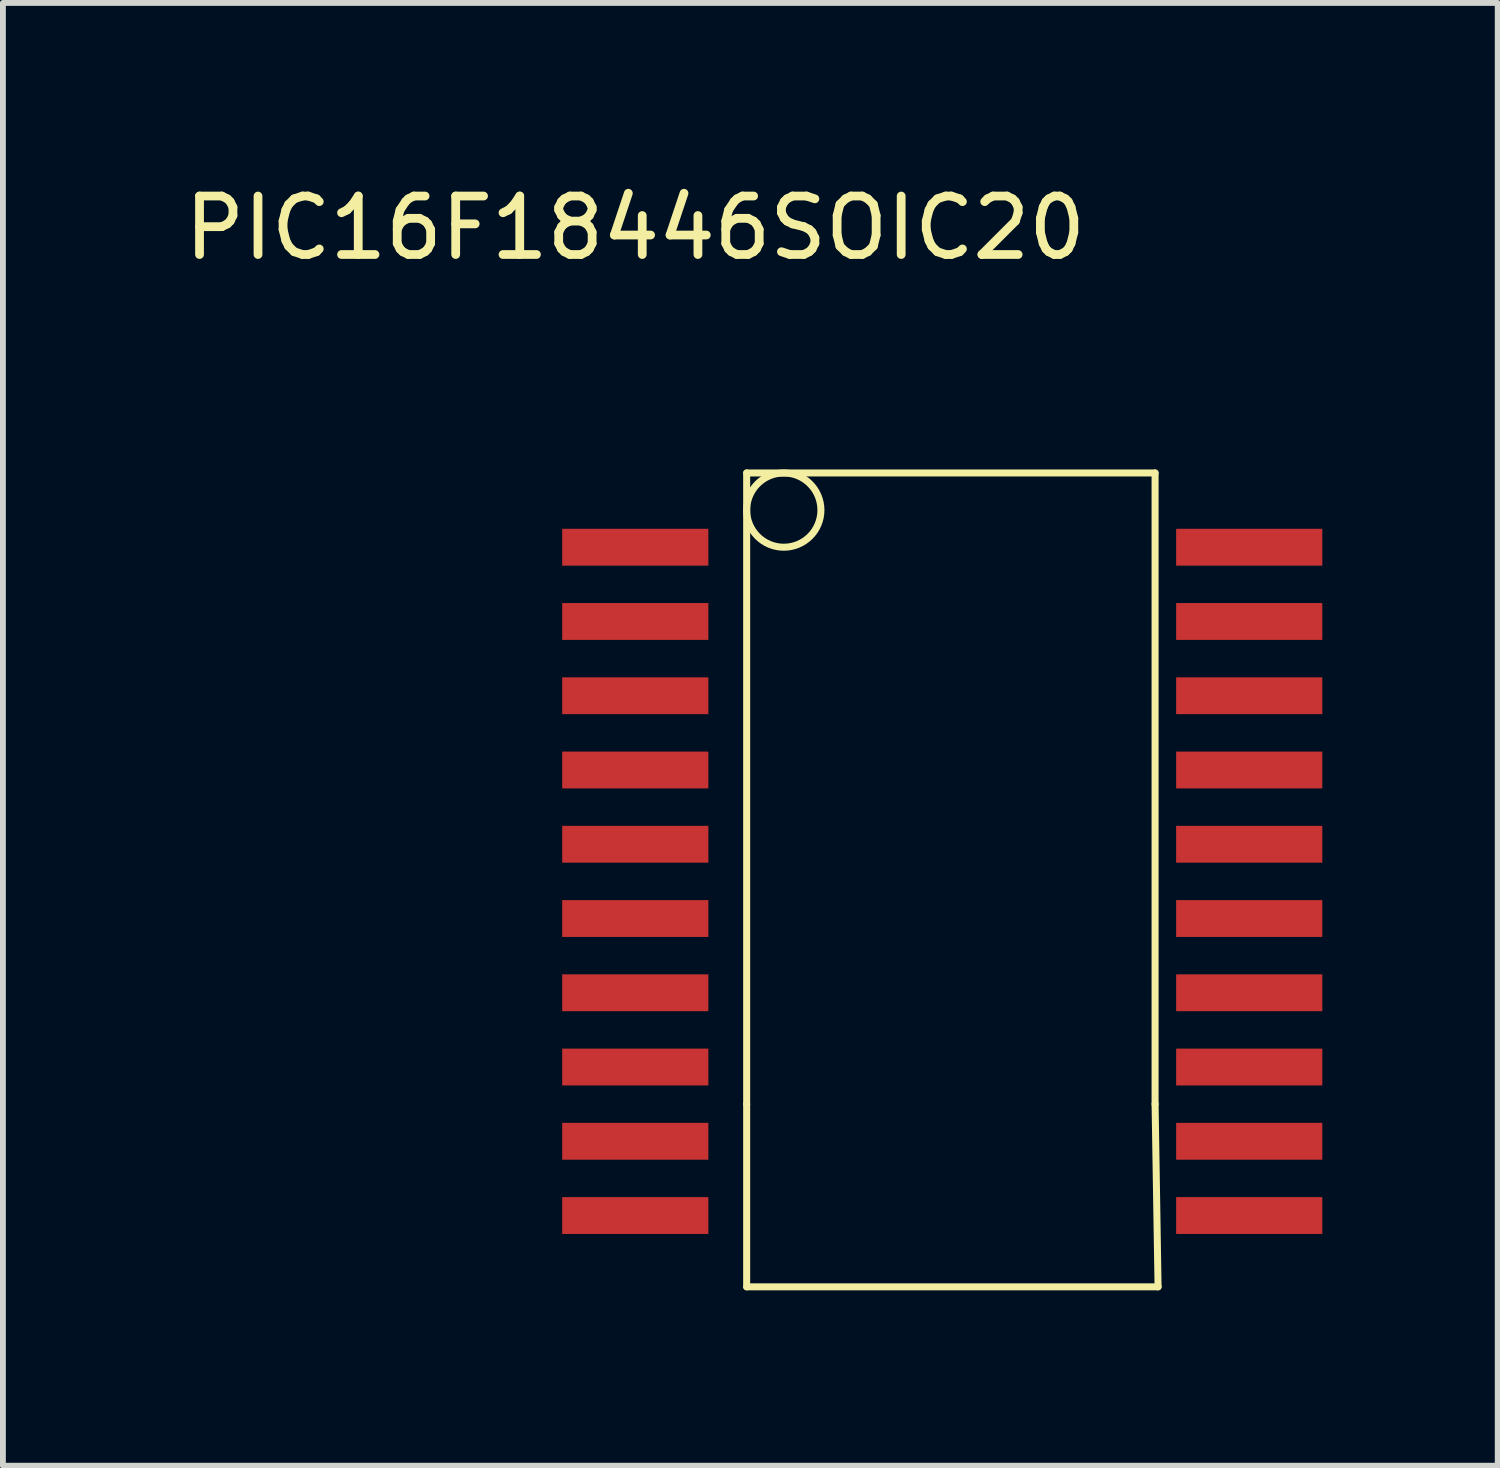
<source format=kicad_pcb>
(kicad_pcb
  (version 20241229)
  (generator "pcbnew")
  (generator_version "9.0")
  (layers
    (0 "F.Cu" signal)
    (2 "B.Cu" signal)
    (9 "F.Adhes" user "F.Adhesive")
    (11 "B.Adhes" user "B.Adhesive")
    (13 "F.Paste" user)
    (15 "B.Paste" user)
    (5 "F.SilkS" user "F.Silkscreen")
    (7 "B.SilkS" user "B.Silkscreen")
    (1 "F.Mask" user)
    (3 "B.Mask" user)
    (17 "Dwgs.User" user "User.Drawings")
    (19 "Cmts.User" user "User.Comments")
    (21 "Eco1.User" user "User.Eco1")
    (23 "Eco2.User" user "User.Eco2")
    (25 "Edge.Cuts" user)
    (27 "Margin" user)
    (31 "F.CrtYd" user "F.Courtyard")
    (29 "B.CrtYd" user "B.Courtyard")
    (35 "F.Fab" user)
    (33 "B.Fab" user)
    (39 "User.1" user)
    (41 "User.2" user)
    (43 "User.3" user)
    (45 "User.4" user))
  (footprint "PIC16F18446SOIC20"
    (layer "F.Cu")
    (at 7.815 6.309)
    (property "Reference" "PIC16F18446SOIC20" (at 0 -5.461 0) (layer "F.SilkS") (effects (font (size 1 1) (thickness 0.15))))
    (attr through_hole)
    (fp_line (start 1.905 -1.27) (end 8.89 -1.27) (stroke (width 0.12) (type solid)) (layer "F.SilkS"))
    (fp_line (start 1.905 9.525) (end 1.905 -1.27) (stroke (width 0.12) (type solid)) (layer "F.SilkS"))
    (fp_line (start 1.905 9.525) (end 1.905 12.649) (stroke (width 0.12) (type solid)) (layer "F.SilkS"))
    (fp_line (start 1.905 12.649) (end 8.941 12.649) (stroke (width 0.12) (type solid)) (layer "F.SilkS"))
    (fp_line (start 8.89 -1.27) (end 8.89 9.525) (stroke (width 0.12) (type solid)) (layer "F.SilkS"))
    (fp_line (start 8.941 12.649) (end 8.89 9.525) (stroke (width 0.12) (type solid)) (layer "F.SilkS"))
    (fp_circle (center 2.54 -0.635) (end 3.175 -0.635) (stroke (width 0.12) (type solid)) (fill no) (layer "F.SilkS"))
    (pad "1" smd rect (at 0 0) (size 2.5 0.63) (layers "F.Cu" "F.Mask" "F.Paste"))
    (pad "2" smd rect (at 0 1.27) (size 2.5 0.63) (layers "F.Cu" "F.Mask" "F.Paste"))
    (pad "3" smd rect (at 0 2.54) (size 2.5 0.63) (layers "F.Cu" "F.Mask" "F.Paste"))
    (pad "4" smd rect (at 0 3.81) (size 2.5 0.63) (layers "F.Cu" "F.Mask" "F.Paste"))
    (pad "5" smd rect (at 0 5.08) (size 2.5 0.63) (layers "F.Cu" "F.Mask" "F.Paste"))
    (pad "6" smd rect (at 0 6.35) (size 2.5 0.63) (layers "F.Cu" "F.Mask" "F.Paste"))
    (pad "7" smd rect (at 0 7.62) (size 2.5 0.63) (layers "F.Cu" "F.Mask" "F.Paste"))
    (pad "8" smd rect (at 0 8.89) (size 2.5 0.63) (layers "F.Cu" "F.Mask" "F.Paste"))
    (pad "9" smd rect (at 0 10.16) (size 2.5 0.63) (layers "F.Cu" "F.Mask" "F.Paste"))
    (pad "10" smd rect (at 0 11.43) (size 2.5 0.63) (layers "F.Cu" "F.Mask" "F.Paste"))
    (pad "11" smd rect (at 10.5 11.43) (size 2.5 0.63) (layers "F.Cu" "F.Mask" "F.Paste"))
    (pad "12" smd rect (at 10.5 10.16) (size 2.5 0.63) (layers "F.Cu" "F.Mask" "F.Paste"))
    (pad "13" smd rect (at 10.5 8.89) (size 2.5 0.63) (layers "F.Cu" "F.Mask" "F.Paste"))
    (pad "14" smd rect (at 10.5 7.62) (size 2.5 0.63) (layers "F.Cu" "F.Mask" "F.Paste"))
    (pad "15" smd rect (at 10.5 6.35) (size 2.5 0.63) (layers "F.Cu" "F.Mask" "F.Paste"))
    (pad "16" smd rect (at 10.5 5.08) (size 2.5 0.63) (layers "F.Cu" "F.Mask" "F.Paste"))
    (pad "17" smd rect (at 10.5 3.81) (size 2.5 0.63) (layers "F.Cu" "F.Mask" "F.Paste"))
    (pad "18" smd rect (at 10.5 2.54) (size 2.5 0.63) (layers "F.Cu" "F.Mask" "F.Paste"))
    (pad "19" smd rect (at 10.5 1.27) (size 2.5 0.63) (layers "F.Cu" "F.Mask" "F.Paste"))
    (pad "20" smd rect (at 10.5 0) (size 2.5 0.63) (layers "F.Cu" "F.Mask" "F.Paste")))
  (gr_rect
    (start -3 -3)
    (end 22.565 22.018)
    (stroke (width 0.1) (type default))
    (fill no)
    (layer "Edge.Cuts")))
</source>
